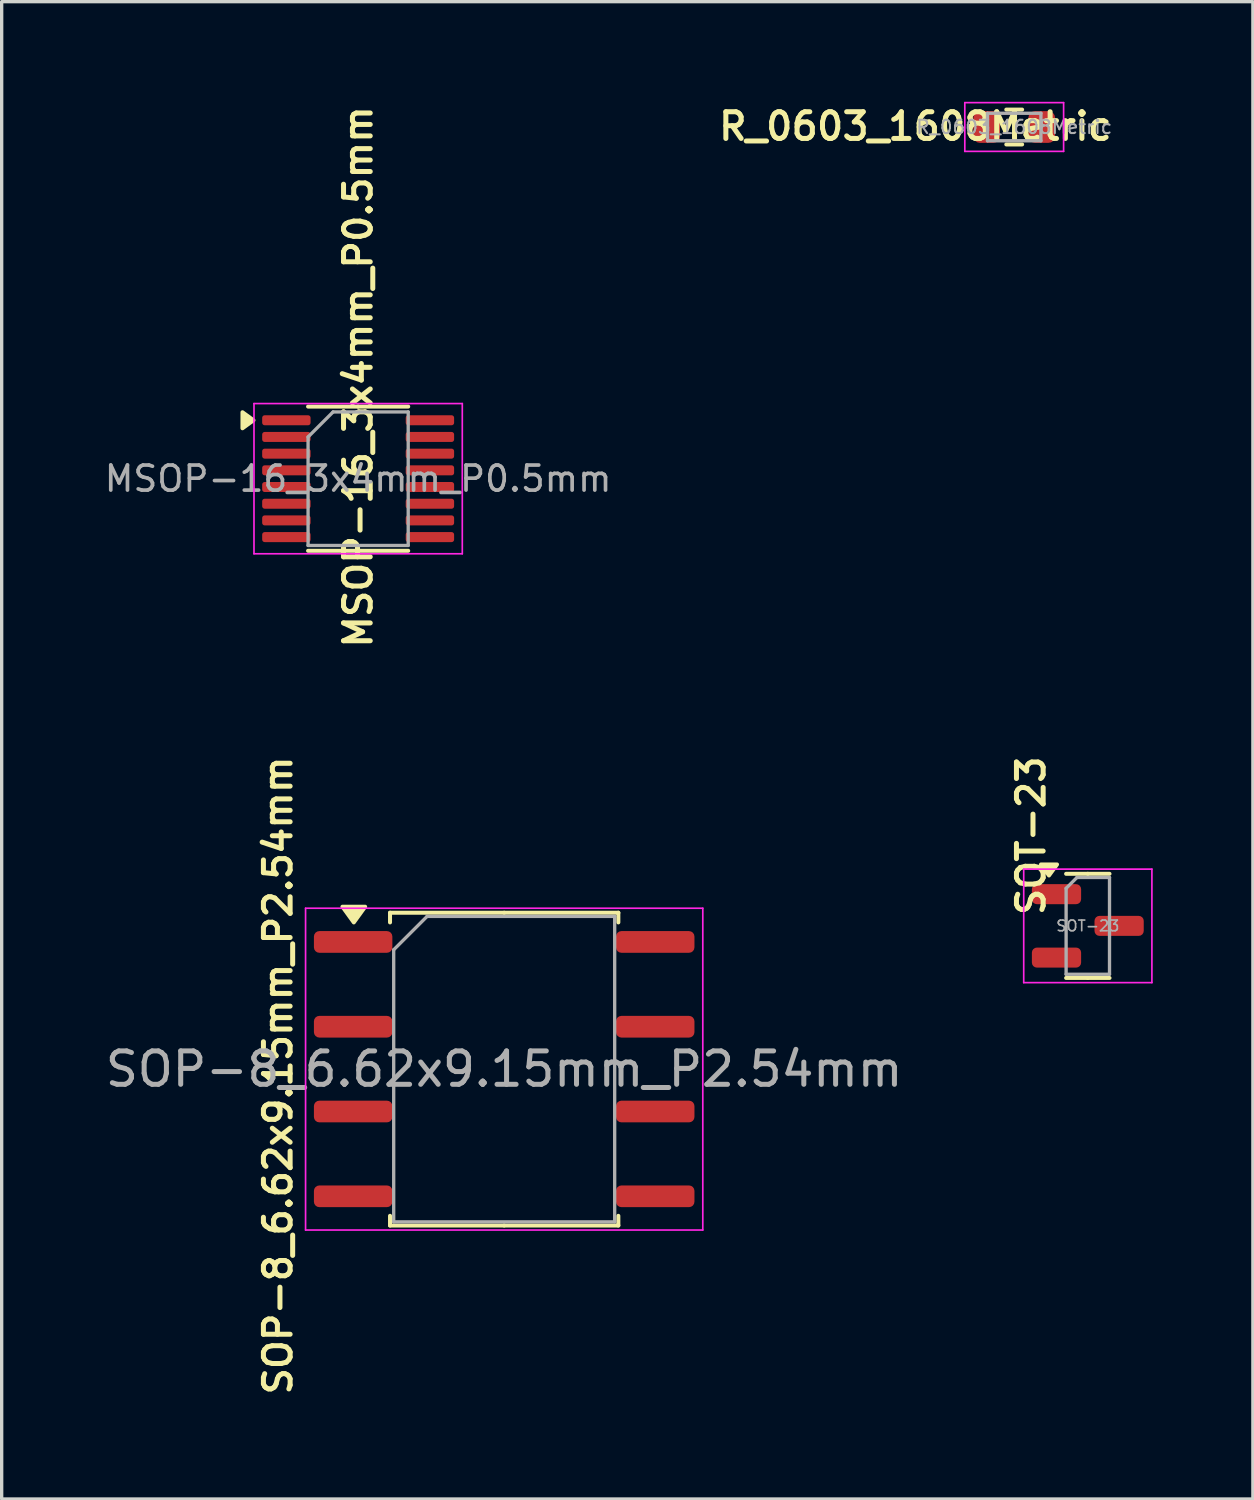
<source format=kicad_pcb>
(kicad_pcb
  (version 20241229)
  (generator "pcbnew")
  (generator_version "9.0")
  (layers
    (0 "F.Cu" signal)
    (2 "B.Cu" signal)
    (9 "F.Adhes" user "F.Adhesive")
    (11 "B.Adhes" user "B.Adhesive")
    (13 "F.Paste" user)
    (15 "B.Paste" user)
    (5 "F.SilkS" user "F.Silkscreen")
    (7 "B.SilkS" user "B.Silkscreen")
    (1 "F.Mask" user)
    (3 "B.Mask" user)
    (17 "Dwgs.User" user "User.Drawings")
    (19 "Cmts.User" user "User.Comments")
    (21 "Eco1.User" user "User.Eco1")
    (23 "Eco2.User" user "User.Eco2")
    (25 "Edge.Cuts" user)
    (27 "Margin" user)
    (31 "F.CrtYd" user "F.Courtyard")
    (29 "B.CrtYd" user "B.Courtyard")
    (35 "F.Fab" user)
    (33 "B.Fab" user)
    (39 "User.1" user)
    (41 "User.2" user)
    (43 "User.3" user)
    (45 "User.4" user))
  (footprint "SOT-23"
    (layer "F.Cu")
    (at 29.538 24.687)
    (property "Reference" "SOT-23" (at -1.7 -2.7 90) (layer "F.SilkS") (effects (font (size 0.8 0.8) (thickness 0.15))))
    (attr smd)
    (fp_line (start 0 -1.56) (end -0.65 -1.56) (stroke (width 0.12) (type solid)) (layer "F.SilkS"))
    (fp_line (start 0 -1.56) (end 0.65 -1.56) (stroke (width 0.12) (type solid)) (layer "F.SilkS"))
    (fp_line (start 0 1.56) (end -0.65 1.56) (stroke (width 0.12) (type solid)) (layer "F.SilkS"))
    (fp_line (start 0 1.56) (end 0.65 1.56) (stroke (width 0.12) (type solid)) (layer "F.SilkS"))
    (fp_poly (pts (xy -1.163 -1.51) (xy -1.403 -1.84) (xy -0.922 -1.84) (xy -1.163 -1.51)) (stroke (width 0.12) (type solid)) (fill yes) (layer "F.SilkS"))
    (fp_line (start -1.92 -1.7) (end -1.92 1.7) (stroke (width 0.05) (type solid)) (layer "F.CrtYd"))
    (fp_line (start -1.92 1.7) (end 1.92 1.7) (stroke (width 0.05) (type solid)) (layer "F.CrtYd"))
    (fp_line (start 1.92 -1.7) (end -1.92 -1.7) (stroke (width 0.05) (type solid)) (layer "F.CrtYd"))
    (fp_line (start 1.92 1.7) (end 1.92 -1.7) (stroke (width 0.05) (type solid)) (layer "F.CrtYd"))
    (fp_line (start -0.65 -1.125) (end -0.325 -1.45) (stroke (width 0.1) (type solid)) (layer "F.Fab"))
    (fp_line (start -0.65 1.45) (end -0.65 -1.125) (stroke (width 0.1) (type solid)) (layer "F.Fab"))
    (fp_line (start -0.325 -1.45) (end 0.65 -1.45) (stroke (width 0.1) (type solid)) (layer "F.Fab"))
    (fp_line (start 0.65 -1.45) (end 0.65 1.45) (stroke (width 0.1) (type solid)) (layer "F.Fab"))
    (fp_line (start 0.65 1.45) (end -0.65 1.45) (stroke (width 0.1) (type solid)) (layer "F.Fab"))
    (fp_text user "${REFERENCE}" (at 0 0 0) (layer "F.Fab") (effects (font (size 0.32 0.32) (thickness 0.05))))
    (pad "1" smd roundrect (at -0.938 -0.95) (size 1.475 0.6) (layers "F.Cu" "F.Mask" "F.Paste") (roundrect_rratio 0.25))
    (pad "2" smd roundrect (at -0.938 0.95) (size 1.475 0.6) (layers "F.Cu" "F.Mask" "F.Paste") (roundrect_rratio 0.25))
    (pad "3" smd roundrect (at 0.938 0) (size 1.475 0.6) (layers "F.Cu" "F.Mask" "F.Paste") (roundrect_rratio 0.25)))
  (footprint "SOP-8_6.62x9.15mm_P2.54mm"
    (layer "F.Cu")
    (at 12.054 28.978)
    (property "Reference" "SOP-8_6.62x9.15mm_P2.54mm" (at -6.775 0.19 90) (layer "F.SilkS") (effects (font (size 0.8 0.8) (thickness 0.15))))
    (attr smd)
    (fp_line (start -3.42 -4.685) (end -3.42 -4.395) (stroke (width 0.12) (type solid)) (layer "F.SilkS"))
    (fp_line (start -3.42 4.685) (end -3.42 4.395) (stroke (width 0.12) (type solid)) (layer "F.SilkS"))
    (fp_line (start 0 -4.685) (end -3.42 -4.685) (stroke (width 0.12) (type solid)) (layer "F.SilkS"))
    (fp_line (start 0 -4.685) (end 3.42 -4.685) (stroke (width 0.12) (type solid)) (layer "F.SilkS"))
    (fp_line (start 0 4.685) (end -3.42 4.685) (stroke (width 0.12) (type solid)) (layer "F.SilkS"))
    (fp_line (start 0 4.685) (end 3.42 4.685) (stroke (width 0.12) (type solid)) (layer "F.SilkS"))
    (fp_line (start 3.42 -4.685) (end 3.42 -4.395) (stroke (width 0.12) (type solid)) (layer "F.SilkS"))
    (fp_line (start 3.42 4.685) (end 3.42 4.395) (stroke (width 0.12) (type solid)) (layer "F.SilkS"))
    (fp_poly (pts (xy -4.505 -4.395) (xy -4.845 -4.865) (xy -4.165 -4.865) (xy -4.505 -4.395)) (stroke (width 0.12) (type solid)) (fill yes) (layer "F.SilkS"))
    (fp_line (start -5.95 -4.82) (end -5.95 4.82) (stroke (width 0.05) (type solid)) (layer "F.CrtYd"))
    (fp_line (start -5.95 4.82) (end 5.95 4.82) (stroke (width 0.05) (type solid)) (layer "F.CrtYd"))
    (fp_line (start 5.95 -4.82) (end -5.95 -4.82) (stroke (width 0.05) (type solid)) (layer "F.CrtYd"))
    (fp_line (start 5.95 4.82) (end 5.95 -4.82) (stroke (width 0.05) (type solid)) (layer "F.CrtYd"))
    (fp_line (start -3.31 -3.575) (end -2.31 -4.575) (stroke (width 0.1) (type solid)) (layer "F.Fab"))
    (fp_line (start -3.31 4.575) (end -3.31 -3.575) (stroke (width 0.1) (type solid)) (layer "F.Fab"))
    (fp_line (start -2.31 -4.575) (end 3.31 -4.575) (stroke (width 0.1) (type solid)) (layer "F.Fab"))
    (fp_line (start 3.31 -4.575) (end 3.31 4.575) (stroke (width 0.1) (type solid)) (layer "F.Fab"))
    (fp_line (start 3.31 4.575) (end -3.31 4.575) (stroke (width 0.1) (type solid)) (layer "F.Fab"))
    (fp_text user "${REFERENCE}" (at 0 0 0) (layer "F.Fab") (effects (font (size 1 1) (thickness 0.15))))
    (pad "1" smd roundrect (at -4.525 -3.81) (size 2.35 0.65) (layers "F.Cu" "F.Mask" "F.Paste") (roundrect_rratio 0.25))
    (pad "2" smd roundrect (at -4.525 -1.27) (size 2.35 0.65) (layers "F.Cu" "F.Mask" "F.Paste") (roundrect_rratio 0.25))
    (pad "3" smd roundrect (at -4.525 1.27) (size 2.35 0.65) (layers "F.Cu" "F.Mask" "F.Paste") (roundrect_rratio 0.25))
    (pad "4" smd roundrect (at -4.525 3.81) (size 2.35 0.65) (layers "F.Cu" "F.Mask" "F.Paste") (roundrect_rratio 0.25))
    (pad "5" smd roundrect (at 4.525 3.81) (size 2.35 0.65) (layers "F.Cu" "F.Mask" "F.Paste") (roundrect_rratio 0.25))
    (pad "6" smd roundrect (at 4.525 1.27) (size 2.35 0.65) (layers "F.Cu" "F.Mask" "F.Paste") (roundrect_rratio 0.25))
    (pad "7" smd roundrect (at 4.525 -1.27) (size 2.35 0.65) (layers "F.Cu" "F.Mask" "F.Paste") (roundrect_rratio 0.25))
    (pad "8" smd roundrect (at 4.525 -3.81) (size 2.35 0.65) (layers "F.Cu" "F.Mask" "F.Paste") (roundrect_rratio 0.25)))
  (footprint "MSOP-16_3x4mm_P0.5mm"
    (layer "F.Cu")
    (at 7.679 11.29)
    (property "Reference" "MSOP-16_3x4mm_P0.5mm" (at 0 -3.05 270) (layer "F.SilkS") (effects (font (size 0.8 0.8) (thickness 0.15))))
    (attr smd)
    (fp_line (start 0 -2.16) (end -1.5 -2.16) (stroke (width 0.12) (type solid)) (layer "F.SilkS"))
    (fp_line (start 0 -2.16) (end 1.5 -2.16) (stroke (width 0.12) (type solid)) (layer "F.SilkS"))
    (fp_line (start 0 2.16) (end -1.5 2.16) (stroke (width 0.12) (type solid)) (layer "F.SilkS"))
    (fp_line (start 0 2.16) (end 1.5 2.16) (stroke (width 0.12) (type solid)) (layer "F.SilkS"))
    (fp_poly (pts (xy -3.135 -1.75) (xy -3.465 -1.99) (xy -3.465 -1.51) (xy -3.135 -1.75)) (stroke (width 0.12) (type solid)) (fill yes) (layer "F.SilkS"))
    (fp_line (start -3.12 -2.25) (end -3.12 2.25) (stroke (width 0.05) (type solid)) (layer "F.CrtYd"))
    (fp_line (start -3.12 2.25) (end 3.12 2.25) (stroke (width 0.05) (type solid)) (layer "F.CrtYd"))
    (fp_line (start 3.12 -2.25) (end -3.12 -2.25) (stroke (width 0.05) (type solid)) (layer "F.CrtYd"))
    (fp_line (start 3.12 2.25) (end 3.12 -2.25) (stroke (width 0.05) (type solid)) (layer "F.CrtYd"))
    (fp_line (start -1.5 -1.25) (end -0.75 -2) (stroke (width 0.1) (type solid)) (layer "F.Fab"))
    (fp_line (start -1.5 2) (end -1.5 -1.25) (stroke (width 0.1) (type solid)) (layer "F.Fab"))
    (fp_line (start -0.75 -2) (end 1.5 -2) (stroke (width 0.1) (type solid)) (layer "F.Fab"))
    (fp_line (start 1.5 -2) (end 1.5 2) (stroke (width 0.1) (type solid)) (layer "F.Fab"))
    (fp_line (start 1.5 2) (end -1.5 2) (stroke (width 0.1) (type solid)) (layer "F.Fab"))
    (fp_text user "${REFERENCE}" (at 0 0 180) (layer "F.Fab") (effects (font (size 0.75 0.75) (thickness 0.11))))
    (pad "1" smd roundrect (at -2.15 -1.75) (size 1.45 0.3) (layers "F.Cu" "F.Mask" "F.Paste") (roundrect_rratio 0.25))
    (pad "2" smd roundrect (at -2.15 -1.25) (size 1.45 0.3) (layers "F.Cu" "F.Mask" "F.Paste") (roundrect_rratio 0.25))
    (pad "3" smd roundrect (at -2.15 -0.75) (size 1.45 0.3) (layers "F.Cu" "F.Mask" "F.Paste") (roundrect_rratio 0.25))
    (pad "4" smd roundrect (at -2.15 -0.25) (size 1.45 0.3) (layers "F.Cu" "F.Mask" "F.Paste") (roundrect_rratio 0.25))
    (pad "5" smd roundrect (at -2.15 0.25) (size 1.45 0.3) (layers "F.Cu" "F.Mask" "F.Paste") (roundrect_rratio 0.25))
    (pad "6" smd roundrect (at -2.15 0.75) (size 1.45 0.3) (layers "F.Cu" "F.Mask" "F.Paste") (roundrect_rratio 0.25))
    (pad "7" smd roundrect (at -2.15 1.25) (size 1.45 0.3) (layers "F.Cu" "F.Mask" "F.Paste") (roundrect_rratio 0.25))
    (pad "8" smd roundrect (at -2.15 1.75) (size 1.45 0.3) (layers "F.Cu" "F.Mask" "F.Paste") (roundrect_rratio 0.25))
    (pad "9" smd roundrect (at 2.15 1.75) (size 1.45 0.3) (layers "F.Cu" "F.Mask" "F.Paste") (roundrect_rratio 0.25))
    (pad "10" smd roundrect (at 2.15 1.25) (size 1.45 0.3) (layers "F.Cu" "F.Mask" "F.Paste") (roundrect_rratio 0.25))
    (pad "11" smd roundrect (at 2.15 0.75) (size 1.45 0.3) (layers "F.Cu" "F.Mask" "F.Paste") (roundrect_rratio 0.25))
    (pad "12" smd roundrect (at 2.15 0.25) (size 1.45 0.3) (layers "F.Cu" "F.Mask" "F.Paste") (roundrect_rratio 0.25))
    (pad "13" smd roundrect (at 2.15 -0.25) (size 1.45 0.3) (layers "F.Cu" "F.Mask" "F.Paste") (roundrect_rratio 0.25))
    (pad "14" smd roundrect (at 2.15 -0.75) (size 1.45 0.3) (layers "F.Cu" "F.Mask" "F.Paste") (roundrect_rratio 0.25))
    (pad "15" smd roundrect (at 2.15 -1.25) (size 1.45 0.3) (layers "F.Cu" "F.Mask" "F.Paste") (roundrect_rratio 0.25))
    (pad "16" smd roundrect (at 2.15 -1.75) (size 1.45 0.3) (layers "F.Cu" "F.Mask" "F.Paste") (roundrect_rratio 0.25)))
  (footprint "R_0603_1608Metric"
    (layer "F.Cu")
    (at 27.333 0.755)
    (property "Reference" "R_0603_1608Metric" (at -2.962 -0.02 0) (layer "F.SilkS") (effects (font (size 0.8 0.8) (thickness 0.15))))
    (attr smd)
    (fp_line (start -0.237 -0.522) (end 0.237 -0.522) (stroke (width 0.12) (type solid)) (layer "F.SilkS"))
    (fp_line (start -0.237 0.522) (end 0.237 0.522) (stroke (width 0.12) (type solid)) (layer "F.SilkS"))
    (fp_line (start -1.48 -0.73) (end 1.48 -0.73) (stroke (width 0.05) (type solid)) (layer "F.CrtYd"))
    (fp_line (start -1.48 0.73) (end -1.48 -0.73) (stroke (width 0.05) (type solid)) (layer "F.CrtYd"))
    (fp_line (start 1.48 -0.73) (end 1.48 0.73) (stroke (width 0.05) (type solid)) (layer "F.CrtYd"))
    (fp_line (start 1.48 0.73) (end -1.48 0.73) (stroke (width 0.05) (type solid)) (layer "F.CrtYd"))
    (fp_line (start -0.8 -0.412) (end 0.8 -0.412) (stroke (width 0.1) (type solid)) (layer "F.Fab"))
    (fp_line (start -0.8 0.412) (end -0.8 -0.412) (stroke (width 0.1) (type solid)) (layer "F.Fab"))
    (fp_line (start 0.8 -0.412) (end 0.8 0.412) (stroke (width 0.1) (type solid)) (layer "F.Fab"))
    (fp_line (start 0.8 0.412) (end -0.8 0.412) (stroke (width 0.1) (type solid)) (layer "F.Fab"))
    (fp_text user "${REFERENCE}" (at 0 0 0) (layer "F.Fab") (effects (font (size 0.4 0.4) (thickness 0.06))))
    (pad "1" smd roundrect (at -0.825 0) (size 0.8 0.95) (layers "F.Cu" "F.Mask" "F.Paste") (roundrect_rratio 0.25))
    (pad "2" smd roundrect (at 0.825 0) (size 0.8 0.95) (layers "F.Cu" "F.Mask" "F.Paste") (roundrect_rratio 0.25)))
  (gr_rect
    (start -3 -3)
    (end 34.483 41.856)
    (stroke (width 0.1) (type default))
    (fill no)
    (layer "Edge.Cuts")))
</source>
